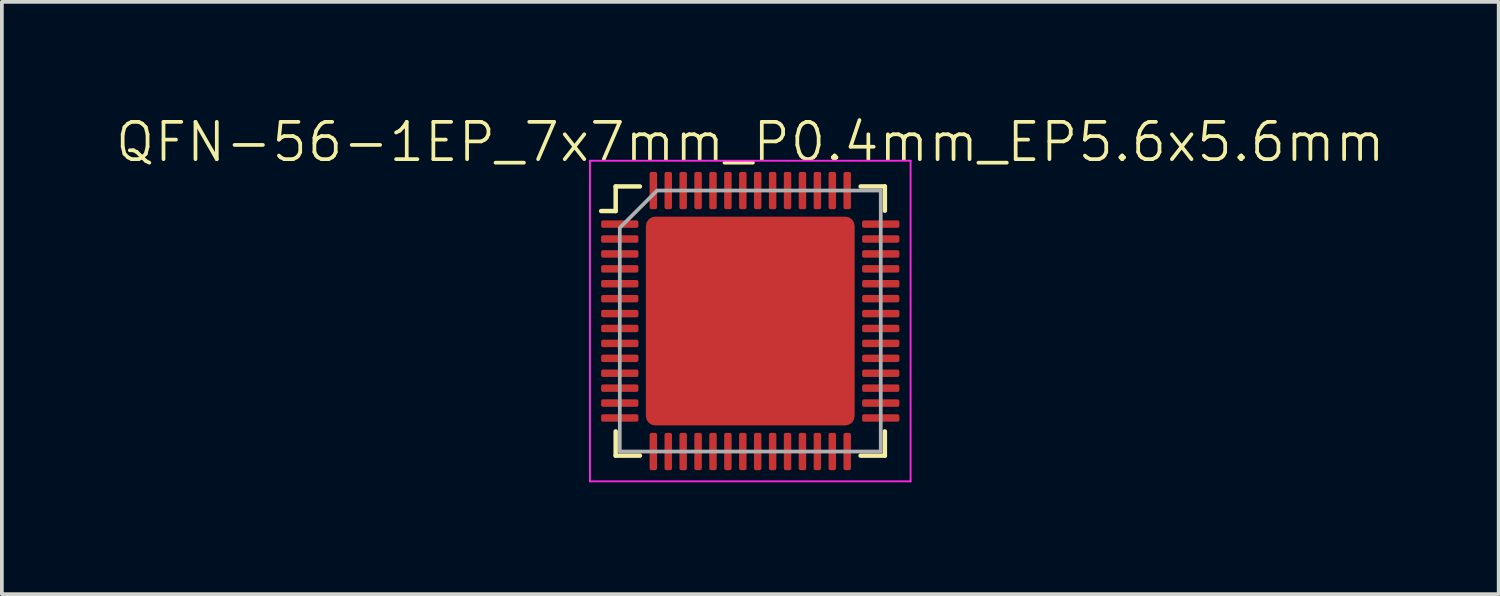
<source format=kicad_pcb>
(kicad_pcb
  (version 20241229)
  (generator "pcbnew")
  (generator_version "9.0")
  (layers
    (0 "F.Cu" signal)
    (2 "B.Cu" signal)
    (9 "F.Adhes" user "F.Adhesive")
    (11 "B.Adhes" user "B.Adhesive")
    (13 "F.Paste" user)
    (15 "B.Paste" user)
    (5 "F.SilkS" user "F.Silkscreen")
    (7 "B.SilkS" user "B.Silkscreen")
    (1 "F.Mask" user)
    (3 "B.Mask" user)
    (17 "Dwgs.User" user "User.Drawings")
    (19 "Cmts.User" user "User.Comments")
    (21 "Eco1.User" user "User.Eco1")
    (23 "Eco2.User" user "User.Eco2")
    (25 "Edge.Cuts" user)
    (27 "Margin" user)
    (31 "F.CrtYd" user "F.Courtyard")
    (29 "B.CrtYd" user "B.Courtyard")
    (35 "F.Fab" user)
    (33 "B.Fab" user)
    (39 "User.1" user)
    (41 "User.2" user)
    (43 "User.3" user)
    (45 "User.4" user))
  (footprint "QFN-56-1EP_7x7mm_P0.4mm_EP5.6x5.6mm"
    (layer "F.Cu")
    (at 17.074 5.561)
    (property "Reference" "QFN-56-1EP_7x7mm_P0.4mm_EP5.6x5.6mm" (at 0 -4.8 0) (layer "F.SilkS") (effects (font (size 1 1) (thickness 0.1))))
    (attr smd)
    (fp_line (start -3.61 -2.95) (end -4 -2.95) (stroke (width 0.12) (type default)) (layer "F.SilkS"))
    (fp_line (start -3.61 -2.95) (end -3.61 -3.61) (stroke (width 0.12) (type solid)) (layer "F.SilkS"))
    (fp_line (start -3.61 3.61) (end -3.61 2.96) (stroke (width 0.12) (type solid)) (layer "F.SilkS"))
    (fp_line (start -2.96 -3.61) (end -3.61 -3.61) (stroke (width 0.12) (type solid)) (layer "F.SilkS"))
    (fp_line (start -2.96 3.61) (end -3.61 3.61) (stroke (width 0.12) (type solid)) (layer "F.SilkS"))
    (fp_line (start 2.96 -3.61) (end 3.61 -3.61) (stroke (width 0.12) (type solid)) (layer "F.SilkS"))
    (fp_line (start 2.96 3.61) (end 3.61 3.61) (stroke (width 0.12) (type solid)) (layer "F.SilkS"))
    (fp_line (start 3.61 -3.61) (end 3.61 -2.96) (stroke (width 0.12) (type solid)) (layer "F.SilkS"))
    (fp_line (start 3.61 3.61) (end 3.61 2.96) (stroke (width 0.12) (type solid)) (layer "F.SilkS"))
    (fp_line (start -4.3 -4.3) (end 4.3 -4.3) (stroke (width 0.05) (type solid)) (layer "F.CrtYd"))
    (fp_line (start -4.3 4.3) (end -4.3 -4.3) (stroke (width 0.05) (type solid)) (layer "F.CrtYd"))
    (fp_line (start 4.3 -4.3) (end 4.3 4.3) (stroke (width 0.05) (type solid)) (layer "F.CrtYd"))
    (fp_line (start 4.3 4.3) (end -4.3 4.3) (stroke (width 0.05) (type solid)) (layer "F.CrtYd"))
    (fp_poly (pts (xy -3.5 -2.5) (xy -3.5 3.5) (xy 3.5 3.5) (xy 3.5 -3.5) (xy -2.5 -3.5)) (stroke (width 0.1) (type solid)) (fill no) (layer "F.Fab"))
    (pad "" smd roundrect (at -2.1 -2.1) (size 1.13 1.13) (layers "F.Paste") (roundrect_rratio 0.221))
    (pad "" smd roundrect (at -2.1 -0.7) (size 1.13 1.13) (layers "F.Paste") (roundrect_rratio 0.221))
    (pad "" smd roundrect (at -2.1 0.7) (size 1.13 1.13) (layers "F.Paste") (roundrect_rratio 0.221))
    (pad "" smd roundrect (at -2.1 2.1) (size 1.13 1.13) (layers "F.Paste") (roundrect_rratio 0.221))
    (pad "" smd roundrect (at -0.7 -2.1) (size 1.13 1.13) (layers "F.Paste") (roundrect_rratio 0.221))
    (pad "" smd roundrect (at -0.7 -0.7) (size 1.13 1.13) (layers "F.Paste") (roundrect_rratio 0.221))
    (pad "" smd roundrect (at -0.7 0.7) (size 1.13 1.13) (layers "F.Paste") (roundrect_rratio 0.221))
    (pad "" smd roundrect (at -0.7 2.1) (size 1.13 1.13) (layers "F.Paste") (roundrect_rratio 0.221))
    (pad "" smd roundrect (at 0.7 -2.1) (size 1.13 1.13) (layers "F.Paste") (roundrect_rratio 0.221))
    (pad "" smd roundrect (at 0.7 -0.7) (size 1.13 1.13) (layers "F.Paste") (roundrect_rratio 0.221))
    (pad "" smd roundrect (at 0.7 0.7) (size 1.13 1.13) (layers "F.Paste") (roundrect_rratio 0.221))
    (pad "" smd roundrect (at 0.7 2.1) (size 1.13 1.13) (layers "F.Paste") (roundrect_rratio 0.221))
    (pad "" smd roundrect (at 2.1 -2.1) (size 1.13 1.13) (layers "F.Paste") (roundrect_rratio 0.221))
    (pad "" smd roundrect (at 2.1 -0.7) (size 1.13 1.13) (layers "F.Paste") (roundrect_rratio 0.221))
    (pad "" smd roundrect (at 2.1 0.7) (size 1.13 1.13) (layers "F.Paste") (roundrect_rratio 0.221))
    (pad "" smd roundrect (at 2.1 2.1) (size 1.13 1.13) (layers "F.Paste") (roundrect_rratio 0.221))
    (pad "1" smd roundrect (at -3.5 -2.6) (size 1 0.2) (layers "F.Cu" "F.Mask" "F.Paste") (roundrect_rratio 0.25))
    (pad "2" smd roundrect (at -3.5 -2.2) (size 1 0.2) (layers "F.Cu" "F.Mask" "F.Paste") (roundrect_rratio 0.25))
    (pad "3" smd roundrect (at -3.5 -1.8) (size 1 0.2) (layers "F.Cu" "F.Mask" "F.Paste") (roundrect_rratio 0.25))
    (pad "4" smd roundrect (at -3.5 -1.4) (size 1 0.2) (layers "F.Cu" "F.Mask" "F.Paste") (roundrect_rratio 0.25))
    (pad "5" smd roundrect (at -3.5 -1) (size 1 0.2) (layers "F.Cu" "F.Mask" "F.Paste") (roundrect_rratio 0.25))
    (pad "6" smd roundrect (at -3.5 -0.6) (size 1 0.2) (layers "F.Cu" "F.Mask" "F.Paste") (roundrect_rratio 0.25))
    (pad "7" smd roundrect (at -3.5 -0.2) (size 1 0.2) (layers "F.Cu" "F.Mask" "F.Paste") (roundrect_rratio 0.25))
    (pad "8" smd roundrect (at -3.5 0.2) (size 1 0.2) (layers "F.Cu" "F.Mask" "F.Paste") (roundrect_rratio 0.25))
    (pad "9" smd roundrect (at -3.5 0.6) (size 1 0.2) (layers "F.Cu" "F.Mask" "F.Paste") (roundrect_rratio 0.25))
    (pad "10" smd roundrect (at -3.5 1) (size 1 0.2) (layers "F.Cu" "F.Mask" "F.Paste") (roundrect_rratio 0.25))
    (pad "11" smd roundrect (at -3.5 1.4) (size 1 0.2) (layers "F.Cu" "F.Mask" "F.Paste") (roundrect_rratio 0.25))
    (pad "12" smd roundrect (at -3.5 1.8) (size 1 0.2) (layers "F.Cu" "F.Mask" "F.Paste") (roundrect_rratio 0.25))
    (pad "13" smd roundrect (at -3.5 2.2) (size 1 0.2) (layers "F.Cu" "F.Mask" "F.Paste") (roundrect_rratio 0.25))
    (pad "14" smd roundrect (at -3.5 2.6) (size 1 0.2) (layers "F.Cu" "F.Mask" "F.Paste") (roundrect_rratio 0.25))
    (pad "15" smd roundrect (at -2.6 3.5 90) (size 1 0.2) (layers "F.Cu" "F.Mask" "F.Paste") (roundrect_rratio 0.25))
    (pad "16" smd roundrect (at -2.2 3.5 90) (size 1 0.2) (layers "F.Cu" "F.Mask" "F.Paste") (roundrect_rratio 0.25))
    (pad "17" smd roundrect (at -1.8 3.5 90) (size 1 0.2) (layers "F.Cu" "F.Mask" "F.Paste") (roundrect_rratio 0.25))
    (pad "18" smd roundrect (at -1.4 3.5 90) (size 1 0.2) (layers "F.Cu" "F.Mask" "F.Paste") (roundrect_rratio 0.25))
    (pad "19" smd roundrect (at -1 3.5 90) (size 1 0.2) (layers "F.Cu" "F.Mask" "F.Paste") (roundrect_rratio 0.25))
    (pad "20" smd roundrect (at -0.6 3.5 90) (size 1 0.2) (layers "F.Cu" "F.Mask" "F.Paste") (roundrect_rratio 0.25))
    (pad "21" smd roundrect (at -0.2 3.5 90) (size 1 0.2) (layers "F.Cu" "F.Mask" "F.Paste") (roundrect_rratio 0.25))
    (pad "22" smd roundrect (at 0.2 3.5 90) (size 1 0.2) (layers "F.Cu" "F.Mask" "F.Paste") (roundrect_rratio 0.25))
    (pad "23" smd roundrect (at 0.6 3.5 90) (size 1 0.2) (layers "F.Cu" "F.Mask" "F.Paste") (roundrect_rratio 0.25))
    (pad "24" smd roundrect (at 1 3.5 90) (size 1 0.2) (layers "F.Cu" "F.Mask" "F.Paste") (roundrect_rratio 0.25))
    (pad "25" smd roundrect (at 1.4 3.5 90) (size 1 0.2) (layers "F.Cu" "F.Mask" "F.Paste") (roundrect_rratio 0.25))
    (pad "26" smd roundrect (at 1.8 3.5 90) (size 1 0.2) (layers "F.Cu" "F.Mask" "F.Paste") (roundrect_rratio 0.25))
    (pad "27" smd roundrect (at 2.2 3.5 90) (size 1 0.2) (layers "F.Cu" "F.Mask" "F.Paste") (roundrect_rratio 0.25))
    (pad "28" smd roundrect (at 2.6 3.5 90) (size 1 0.2) (layers "F.Cu" "F.Mask" "F.Paste") (roundrect_rratio 0.25))
    (pad "29" smd roundrect (at 3.5 2.6) (size 1 0.2) (layers "F.Cu" "F.Mask" "F.Paste") (roundrect_rratio 0.25))
    (pad "30" smd roundrect (at 3.5 2.2) (size 1 0.2) (layers "F.Cu" "F.Mask" "F.Paste") (roundrect_rratio 0.25))
    (pad "31" smd roundrect (at 3.5 1.8) (size 1 0.2) (layers "F.Cu" "F.Mask" "F.Paste") (roundrect_rratio 0.25))
    (pad "32" smd roundrect (at 3.5 1.4) (size 1 0.2) (layers "F.Cu" "F.Mask" "F.Paste") (roundrect_rratio 0.25))
    (pad "33" smd roundrect (at 3.5 1) (size 1 0.2) (layers "F.Cu" "F.Mask" "F.Paste") (roundrect_rratio 0.25))
    (pad "34" smd roundrect (at 3.5 0.6) (size 1 0.2) (layers "F.Cu" "F.Mask" "F.Paste") (roundrect_rratio 0.25))
    (pad "35" smd roundrect (at 3.5 0.2) (size 1 0.2) (layers "F.Cu" "F.Mask" "F.Paste") (roundrect_rratio 0.25))
    (pad "36" smd roundrect (at 3.5 -0.2) (size 1 0.2) (layers "F.Cu" "F.Mask" "F.Paste") (roundrect_rratio 0.25))
    (pad "37" smd roundrect (at 3.5 -0.6) (size 1 0.2) (layers "F.Cu" "F.Mask" "F.Paste") (roundrect_rratio 0.25))
    (pad "38" smd roundrect (at 3.5 -1) (size 1 0.2) (layers "F.Cu" "F.Mask" "F.Paste") (roundrect_rratio 0.25))
    (pad "39" smd roundrect (at 3.5 -1.4) (size 1 0.2) (layers "F.Cu" "F.Mask" "F.Paste") (roundrect_rratio 0.25))
    (pad "40" smd roundrect (at 3.5 -1.8) (size 1 0.2) (layers "F.Cu" "F.Mask" "F.Paste") (roundrect_rratio 0.25))
    (pad "41" smd roundrect (at 3.5 -2.2) (size 1 0.2) (layers "F.Cu" "F.Mask" "F.Paste") (roundrect_rratio 0.25))
    (pad "42" smd roundrect (at 3.5 -2.6) (size 1 0.2) (layers "F.Cu" "F.Mask" "F.Paste") (roundrect_rratio 0.25))
    (pad "43" smd roundrect (at 2.6 -3.5 90) (size 1 0.2) (layers "F.Cu" "F.Mask" "F.Paste") (roundrect_rratio 0.25))
    (pad "44" smd roundrect (at 2.2 -3.5 90) (size 1 0.2) (layers "F.Cu" "F.Mask" "F.Paste") (roundrect_rratio 0.25))
    (pad "45" smd roundrect (at 1.8 -3.5 90) (size 1 0.2) (layers "F.Cu" "F.Mask" "F.Paste") (roundrect_rratio 0.25))
    (pad "46" smd roundrect (at 1.4 -3.5 90) (size 1 0.2) (layers "F.Cu" "F.Mask" "F.Paste") (roundrect_rratio 0.25))
    (pad "47" smd roundrect (at 1 -3.5 90) (size 1 0.2) (layers "F.Cu" "F.Mask" "F.Paste") (roundrect_rratio 0.25))
    (pad "48" smd roundrect (at 0.6 -3.5 90) (size 1 0.2) (layers "F.Cu" "F.Mask" "F.Paste") (roundrect_rratio 0.25))
    (pad "49" smd roundrect (at 0.2 -3.5 90) (size 1 0.2) (layers "F.Cu" "F.Mask" "F.Paste") (roundrect_rratio 0.25))
    (pad "50" smd roundrect (at -0.2 -3.5 90) (size 1 0.2) (layers "F.Cu" "F.Mask" "F.Paste") (roundrect_rratio 0.25))
    (pad "51" smd roundrect (at -0.6 -3.5 90) (size 1 0.2) (layers "F.Cu" "F.Mask" "F.Paste") (roundrect_rratio 0.25))
    (pad "52" smd roundrect (at -1 -3.5 90) (size 1 0.2) (layers "F.Cu" "F.Mask" "F.Paste") (roundrect_rratio 0.25))
    (pad "53" smd roundrect (at -1.4 -3.5 90) (size 1 0.2) (layers "F.Cu" "F.Mask" "F.Paste") (roundrect_rratio 0.25))
    (pad "54" smd roundrect (at -1.8 -3.5 90) (size 1 0.2) (layers "F.Cu" "F.Mask" "F.Paste") (roundrect_rratio 0.25))
    (pad "55" smd roundrect (at -2.2 -3.5 90) (size 1 0.2) (layers "F.Cu" "F.Mask" "F.Paste") (roundrect_rratio 0.25))
    (pad "56" smd roundrect (at -2.6 -3.5 90) (size 1 0.2) (layers "F.Cu" "F.Mask" "F.Paste") (roundrect_rratio 0.25))
    (pad "57" smd roundrect (at 0 0) (size 5.6 5.6) (property pad_prop_heatsink) (layers "F.Cu" "F.Mask") (roundrect_rratio 0.045)))
  (gr_rect
    (start -3 -3)
    (end 37.148 12.886)
    (stroke (width 0.1) (type default))
    (fill no)
    (layer "Edge.Cuts")))
</source>
